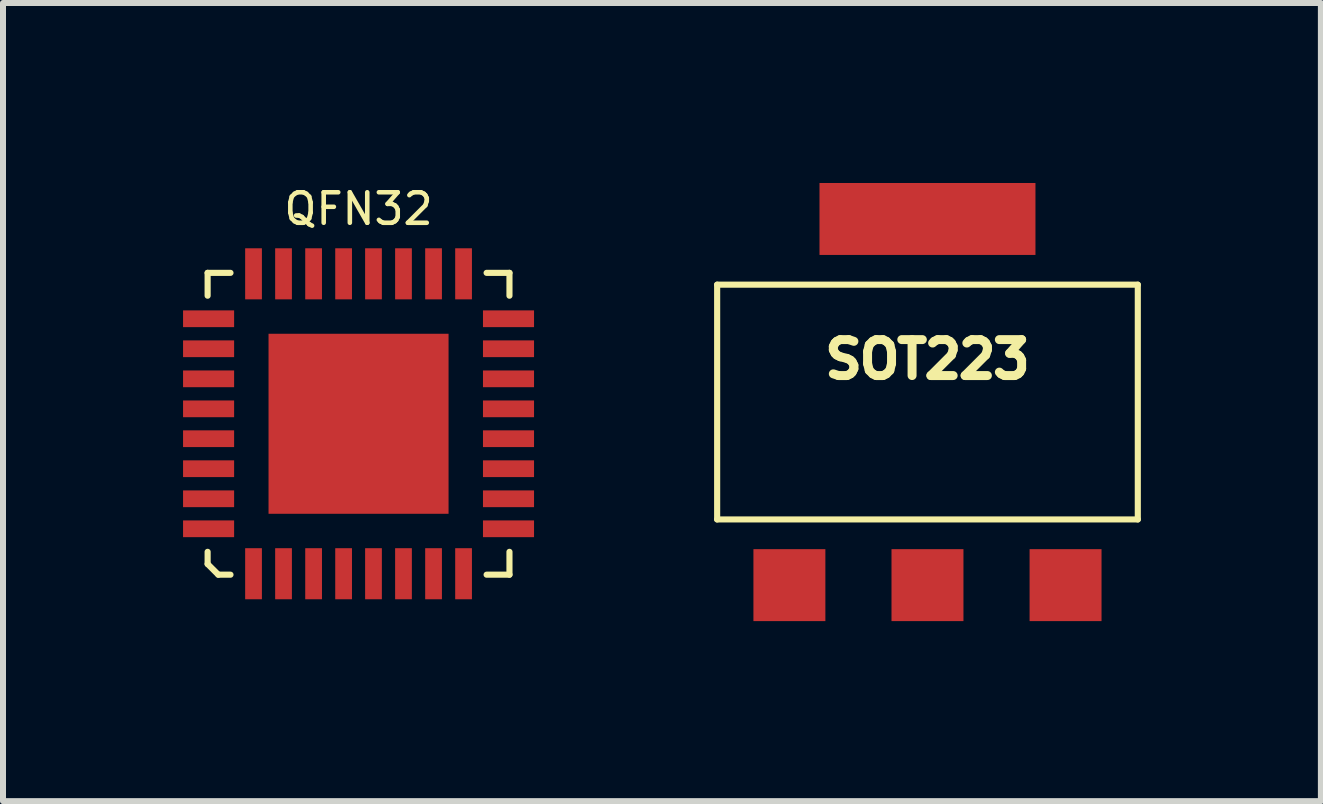
<source format=kicad_pcb>
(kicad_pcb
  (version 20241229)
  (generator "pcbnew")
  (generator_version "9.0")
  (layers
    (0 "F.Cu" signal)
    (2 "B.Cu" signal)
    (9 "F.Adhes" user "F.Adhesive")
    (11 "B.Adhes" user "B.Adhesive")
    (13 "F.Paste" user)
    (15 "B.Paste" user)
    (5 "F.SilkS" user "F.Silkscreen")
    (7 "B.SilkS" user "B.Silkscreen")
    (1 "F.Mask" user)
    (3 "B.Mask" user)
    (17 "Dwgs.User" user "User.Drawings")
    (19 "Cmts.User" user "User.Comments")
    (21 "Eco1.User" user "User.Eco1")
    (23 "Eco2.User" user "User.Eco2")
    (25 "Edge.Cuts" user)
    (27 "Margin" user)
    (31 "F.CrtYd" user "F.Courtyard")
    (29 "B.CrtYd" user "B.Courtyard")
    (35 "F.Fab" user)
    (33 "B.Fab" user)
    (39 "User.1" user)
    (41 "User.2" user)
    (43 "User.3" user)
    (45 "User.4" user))
  (footprint "SOT223"
    (layer "F.Cu")
    (at 12.406 3.65)
    (property "Reference" "SOT223" (at 0 -0.711 0) (layer "F.SilkS") (effects (font (size 0.599 0.599) (thickness 0.15))))
    (attr through_hole)
    (fp_line (start -3.505 -1.956) (end 3.505 -1.956) (stroke (width 0.102) (type solid)) (layer "F.SilkS"))
    (fp_line (start -3.505 1.956) (end -3.505 -1.956) (stroke (width 0.102) (type solid)) (layer "F.SilkS"))
    (fp_line (start 3.505 -1.956) (end 3.505 1.956) (stroke (width 0.102) (type solid)) (layer "F.SilkS"))
    (fp_line (start 3.505 1.956) (end -3.505 1.956) (stroke (width 0.102) (type solid)) (layer "F.SilkS"))
    (pad "1" smd rect (at -2.301 3.051) (size 1.199 1.199) (layers "F.Cu" "F.Mask" "F.Paste"))
    (pad "2" smd rect (at 0 3.051) (size 1.199 1.199) (layers "F.Cu" "F.Mask" "F.Paste"))
    (pad "3" smd rect (at 2.301 3.051) (size 1.199 1.199) (layers "F.Cu" "F.Mask" "F.Paste"))
    (pad "4" smd rect (at 0 -3.051) (size 3.599 1.199) (layers "F.Cu" "F.Mask" "F.Paste")))
  (footprint "QFN32"
    (layer "F.Cu")
    (at 2.925 4.012)
    (property "Reference" "QFN32" (at 0 -3.581 0) (layer "F.SilkS") (effects (font (size 0.508 0.508) (thickness 0.076))))
    (attr smd)
    (fp_line (start -2.515 -2.515) (end -2.515 -2.134) (stroke (width 0.102) (type solid)) (layer "F.SilkS"))
    (fp_line (start -2.515 -2.515) (end -2.134 -2.515) (stroke (width 0.102) (type solid)) (layer "F.SilkS"))
    (fp_line (start -2.515 2.337) (end -2.515 2.134) (stroke (width 0.102) (type solid)) (layer "F.SilkS"))
    (fp_line (start -2.337 2.515) (end -2.515 2.337) (stroke (width 0.102) (type solid)) (layer "F.SilkS"))
    (fp_line (start -2.134 2.515) (end -2.337 2.515) (stroke (width 0.102) (type solid)) (layer "F.SilkS"))
    (fp_line (start 2.515 -2.515) (end 2.134 -2.515) (stroke (width 0.102) (type solid)) (layer "F.SilkS"))
    (fp_line (start 2.515 -2.515) (end 2.515 -2.134) (stroke (width 0.102) (type solid)) (layer "F.SilkS"))
    (fp_line (start 2.515 2.515) (end 2.134 2.515) (stroke (width 0.102) (type solid)) (layer "F.SilkS"))
    (fp_line (start 2.515 2.515) (end 2.515 2.134) (stroke (width 0.102) (type solid)) (layer "F.SilkS"))
    (pad "1" smd rect (at -1.75 2.499) (size 0.279 0.851) (layers "F.Cu" "F.Mask" "F.Paste"))
    (pad "2" smd rect (at -1.25 2.499) (size 0.279 0.851) (layers "F.Cu" "F.Mask" "F.Paste"))
    (pad "3" smd rect (at -0.749 2.499) (size 0.279 0.851) (layers "F.Cu" "F.Mask" "F.Paste"))
    (pad "4" smd rect (at -0.249 2.499) (size 0.279 0.851) (layers "F.Cu" "F.Mask" "F.Paste"))
    (pad "5" smd rect (at 0.249 2.499) (size 0.279 0.851) (layers "F.Cu" "F.Mask" "F.Paste"))
    (pad "6" smd rect (at 0.749 2.499) (size 0.279 0.851) (layers "F.Cu" "F.Mask" "F.Paste"))
    (pad "7" smd rect (at 1.25 2.499) (size 0.279 0.851) (layers "F.Cu" "F.Mask" "F.Paste"))
    (pad "8" smd rect (at 1.75 2.499) (size 0.279 0.851) (layers "F.Cu" "F.Mask" "F.Paste"))
    (pad "9" smd rect (at 2.499 1.75 90) (size 0.279 0.851) (layers "F.Cu" "F.Mask" "F.Paste"))
    (pad "10" smd rect (at 2.499 1.25 90) (size 0.279 0.851) (layers "F.Cu" "F.Mask" "F.Paste"))
    (pad "11" smd rect (at 2.499 0.749 90) (size 0.279 0.851) (layers "F.Cu" "F.Mask" "F.Paste"))
    (pad "12" smd rect (at 2.499 0.249 90) (size 0.279 0.851) (layers "F.Cu" "F.Mask" "F.Paste"))
    (pad "13" smd rect (at 2.499 -0.249 90) (size 0.279 0.851) (layers "F.Cu" "F.Mask" "F.Paste"))
    (pad "14" smd rect (at 2.499 -0.749 90) (size 0.279 0.851) (layers "F.Cu" "F.Mask" "F.Paste"))
    (pad "15" smd rect (at 2.499 -1.25 90) (size 0.279 0.851) (layers "F.Cu" "F.Mask" "F.Paste"))
    (pad "16" smd rect (at 2.499 -1.75 90) (size 0.279 0.851) (layers "F.Cu" "F.Mask" "F.Paste"))
    (pad "17" smd rect (at 1.75 -2.499) (size 0.279 0.851) (layers "F.Cu" "F.Mask" "F.Paste"))
    (pad "18" smd rect (at 1.25 -2.499) (size 0.279 0.851) (layers "F.Cu" "F.Mask" "F.Paste"))
    (pad "19" smd rect (at 0.749 -2.499) (size 0.279 0.851) (layers "F.Cu" "F.Mask" "F.Paste"))
    (pad "20" smd rect (at 0.249 -2.499) (size 0.279 0.851) (layers "F.Cu" "F.Mask" "F.Paste"))
    (pad "21" smd rect (at -0.249 -2.499) (size 0.279 0.851) (layers "F.Cu" "F.Mask" "F.Paste"))
    (pad "22" smd rect (at -0.749 -2.499) (size 0.279 0.851) (layers "F.Cu" "F.Mask" "F.Paste"))
    (pad "23" smd rect (at -1.25 -2.499) (size 0.279 0.851) (layers "F.Cu" "F.Mask" "F.Paste"))
    (pad "24" smd rect (at -1.75 -2.499) (size 0.279 0.851) (layers "F.Cu" "F.Mask" "F.Paste"))
    (pad "25" smd rect (at -2.499 -1.75 90) (size 0.279 0.851) (layers "F.Cu" "F.Mask" "F.Paste"))
    (pad "26" smd rect (at -2.499 -1.25 90) (size 0.279 0.851) (layers "F.Cu" "F.Mask" "F.Paste"))
    (pad "27" smd rect (at -2.499 -0.749 90) (size 0.279 0.851) (layers "F.Cu" "F.Mask" "F.Paste"))
    (pad "28" smd rect (at -2.499 -0.249 90) (size 0.279 0.851) (layers "F.Cu" "F.Mask" "F.Paste"))
    (pad "29" smd rect (at -2.499 0.249 90) (size 0.279 0.851) (layers "F.Cu" "F.Mask" "F.Paste"))
    (pad "30" smd rect (at -2.499 0.749 90) (size 0.279 0.851) (layers "F.Cu" "F.Mask" "F.Paste"))
    (pad "31" smd rect (at -2.499 1.25 90) (size 0.279 0.851) (layers "F.Cu" "F.Mask" "F.Paste"))
    (pad "32" smd rect (at -2.499 1.75 90) (size 0.279 0.851) (layers "F.Cu" "F.Mask" "F.Paste"))
    (pad "PAD" smd rect (at 0 0) (size 3 3) (layers "F.Cu" "F.Mask" "F.Paste")))
  (gr_rect
    (start -3 -3)
    (end 18.962 10.3)
    (stroke (width 0.1) (type default))
    (fill no)
    (layer "Edge.Cuts")))
</source>
